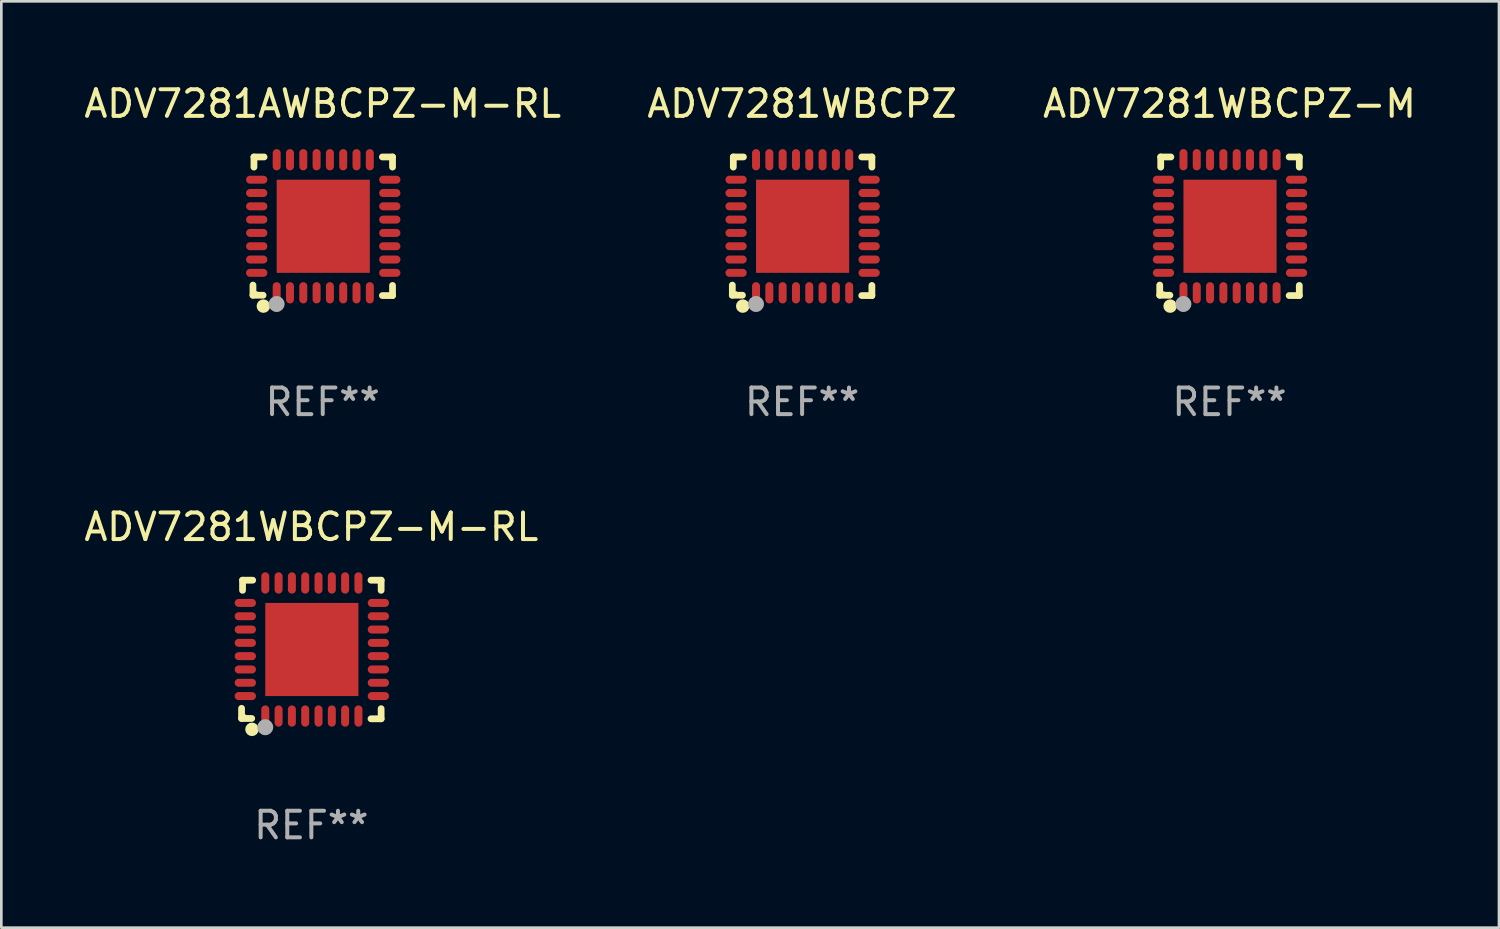
<source format=kicad_pcb>
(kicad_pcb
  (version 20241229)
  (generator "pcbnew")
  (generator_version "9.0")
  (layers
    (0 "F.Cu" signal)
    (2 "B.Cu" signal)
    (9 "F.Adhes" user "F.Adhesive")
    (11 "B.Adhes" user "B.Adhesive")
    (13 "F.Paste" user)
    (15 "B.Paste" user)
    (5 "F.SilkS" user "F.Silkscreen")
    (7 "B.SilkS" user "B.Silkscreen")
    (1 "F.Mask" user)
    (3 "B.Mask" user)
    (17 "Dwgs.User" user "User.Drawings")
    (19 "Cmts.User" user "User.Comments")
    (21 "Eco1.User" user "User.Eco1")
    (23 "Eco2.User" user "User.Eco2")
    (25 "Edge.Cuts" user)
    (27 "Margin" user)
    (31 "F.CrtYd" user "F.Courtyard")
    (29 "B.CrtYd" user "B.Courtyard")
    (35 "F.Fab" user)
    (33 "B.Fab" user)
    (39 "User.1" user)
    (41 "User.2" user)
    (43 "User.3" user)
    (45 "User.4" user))
  (footprint "ADV7281WBCPZ-M"
    (layer "F.Cu")
    (at 43.149 5.452)
    (property "Reference" "ADV7281WBCPZ-M" (at 0 -4.604 0) (layer "F.SilkS") (effects (font (size 1 1) (thickness 0.15))))
    (attr through_hole)
    (fp_line (start -2.622 2.21) (end -2.622 2.591) (stroke (width 0.254) (type solid)) (layer "F.SilkS"))
    (fp_line (start -2.622 2.591) (end -2.241 2.591) (stroke (width 0.254) (type solid)) (layer "F.SilkS"))
    (fp_line (start -2.585 -2.604) (end -2.585 -2.223) (stroke (width 0.254) (type solid)) (layer "F.SilkS"))
    (fp_line (start -2.204 -2.604) (end -2.585 -2.604) (stroke (width 0.254) (type solid)) (layer "F.SilkS"))
    (fp_line (start 2.241 2.604) (end 2.622 2.604) (stroke (width 0.254) (type solid)) (layer "F.SilkS"))
    (fp_line (start 2.622 -2.604) (end 2.241 -2.604) (stroke (width 0.254) (type solid)) (layer "F.SilkS"))
    (fp_line (start 2.622 -2.223) (end 2.622 -2.604) (stroke (width 0.254) (type solid)) (layer "F.SilkS"))
    (fp_line (start 2.622 2.604) (end 2.622 2.223) (stroke (width 0.254) (type solid)) (layer "F.SilkS"))
    (fp_circle (center -2.481 2.5) (end -2.451 2.5) (stroke (width 0.06) (type solid)) (fill no) (layer "F.SilkS"))
    (fp_circle (center -2.231 3) (end -2.104 3) (stroke (width 0.254) (type solid)) (fill no) (layer "F.SilkS"))
    (fp_circle (center -1.733 2.921) (end -1.583 2.921) (stroke (width 0.3) (type solid)) (fill no) (layer "F.Fab"))
    (fp_text user "REF**" (at 0 6.604 0) (layer "F.Fab") (effects (font (size 1 1) (thickness 0.15))))
    (pad "1" smd oval (at -1.731 2.5 90) (size 0.8 0.3) (layers "F.Cu" "F.Mask" "F.Paste"))
    (pad "2" smd oval (at -1.231 2.5 90) (size 0.8 0.3) (layers "F.Cu" "F.Mask" "F.Paste"))
    (pad "3" smd oval (at -0.731 2.5 90) (size 0.8 0.3) (layers "F.Cu" "F.Mask" "F.Paste"))
    (pad "4" smd oval (at -0.231 2.5 90) (size 0.8 0.3) (layers "F.Cu" "F.Mask" "F.Paste"))
    (pad "5" smd oval (at 0.269 2.5 90) (size 0.8 0.3) (layers "F.Cu" "F.Mask" "F.Paste"))
    (pad "6" smd oval (at 0.769 2.5 90) (size 0.8 0.3) (layers "F.Cu" "F.Mask" "F.Paste"))
    (pad "7" smd oval (at 1.269 2.5 90) (size 0.8 0.3) (layers "F.Cu" "F.Mask" "F.Paste"))
    (pad "8" smd oval (at 1.769 2.5 90) (size 0.8 0.3) (layers "F.Cu" "F.Mask" "F.Paste"))
    (pad "9" smd oval (at 2.519 1.75 180) (size 0.8 0.3) (layers "F.Cu" "F.Mask" "F.Paste"))
    (pad "10" smd oval (at 2.519 1.25 180) (size 0.8 0.3) (layers "F.Cu" "F.Mask" "F.Paste"))
    (pad "11" smd oval (at 2.519 0.75 180) (size 0.8 0.3) (layers "F.Cu" "F.Mask" "F.Paste"))
    (pad "12" smd oval (at 2.519 0.25 180) (size 0.8 0.3) (layers "F.Cu" "F.Mask" "F.Paste"))
    (pad "13" smd oval (at 2.519 -0.25 180) (size 0.8 0.3) (layers "F.Cu" "F.Mask" "F.Paste"))
    (pad "14" smd oval (at 2.519 -0.75 180) (size 0.8 0.3) (layers "F.Cu" "F.Mask" "F.Paste"))
    (pad "15" smd oval (at 2.519 -1.25 180) (size 0.8 0.3) (layers "F.Cu" "F.Mask" "F.Paste"))
    (pad "16" smd oval (at 2.519 -1.75 180) (size 0.8 0.3) (layers "F.Cu" "F.Mask" "F.Paste"))
    (pad "17" smd oval (at 1.769 -2.5 270) (size 0.8 0.3) (layers "F.Cu" "F.Mask" "F.Paste"))
    (pad "18" smd oval (at 1.269 -2.5 270) (size 0.8 0.3) (layers "F.Cu" "F.Mask" "F.Paste"))
    (pad "19" smd oval (at 0.769 -2.5 270) (size 0.8 0.3) (layers "F.Cu" "F.Mask" "F.Paste"))
    (pad "20" smd oval (at 0.269 -2.5 270) (size 0.8 0.3) (layers "F.Cu" "F.Mask" "F.Paste"))
    (pad "21" smd oval (at -0.231 -2.5 270) (size 0.8 0.3) (layers "F.Cu" "F.Mask" "F.Paste"))
    (pad "22" smd oval (at -0.731 -2.5 270) (size 0.8 0.3) (layers "F.Cu" "F.Mask" "F.Paste"))
    (pad "23" smd oval (at -1.231 -2.5 270) (size 0.8 0.3) (layers "F.Cu" "F.Mask" "F.Paste"))
    (pad "24" smd oval (at -1.731 -2.5 270) (size 0.8 0.3) (layers "F.Cu" "F.Mask" "F.Paste"))
    (pad "25" smd oval (at -2.481 -1.75) (size 0.8 0.3) (layers "F.Cu" "F.Mask" "F.Paste"))
    (pad "26" smd oval (at -2.481 -1.25) (size 0.8 0.3) (layers "F.Cu" "F.Mask" "F.Paste"))
    (pad "27" smd oval (at -2.481 -0.75) (size 0.8 0.3) (layers "F.Cu" "F.Mask" "F.Paste"))
    (pad "28" smd oval (at -2.481 -0.25) (size 0.8 0.3) (layers "F.Cu" "F.Mask" "F.Paste"))
    (pad "29" smd oval (at -2.481 0.25) (size 0.8 0.3) (layers "F.Cu" "F.Mask" "F.Paste"))
    (pad "30" smd oval (at -2.481 0.75) (size 0.8 0.3) (layers "F.Cu" "F.Mask" "F.Paste"))
    (pad "31" smd oval (at -2.481 1.25) (size 0.8 0.3) (layers "F.Cu" "F.Mask" "F.Paste"))
    (pad "32" smd oval (at -2.481 1.75) (size 0.8 0.3) (layers "F.Cu" "F.Mask" "F.Paste"))
    (pad "33" smd rect (at 0.019 -0.000025 90) (size 3.5 3.5) (layers "F.Cu" "F.Mask" "F.Paste")))
  (footprint "ADV7281WBCPZ-M-RL"
    (layer "F.Cu")
    (at 8.649 21.355)
    (property "Reference" "ADV7281WBCPZ-M-RL" (at 0 -4.604 0) (layer "F.SilkS") (effects (font (size 1 1) (thickness 0.15))))
    (attr through_hole)
    (fp_line (start -2.622 2.21) (end -2.622 2.591) (stroke (width 0.254) (type solid)) (layer "F.SilkS"))
    (fp_line (start -2.622 2.591) (end -2.241 2.591) (stroke (width 0.254) (type solid)) (layer "F.SilkS"))
    (fp_line (start -2.585 -2.604) (end -2.585 -2.223) (stroke (width 0.254) (type solid)) (layer "F.SilkS"))
    (fp_line (start -2.204 -2.604) (end -2.585 -2.604) (stroke (width 0.254) (type solid)) (layer "F.SilkS"))
    (fp_line (start 2.241 2.604) (end 2.622 2.604) (stroke (width 0.254) (type solid)) (layer "F.SilkS"))
    (fp_line (start 2.622 -2.604) (end 2.241 -2.604) (stroke (width 0.254) (type solid)) (layer "F.SilkS"))
    (fp_line (start 2.622 -2.223) (end 2.622 -2.604) (stroke (width 0.254) (type solid)) (layer "F.SilkS"))
    (fp_line (start 2.622 2.604) (end 2.622 2.223) (stroke (width 0.254) (type solid)) (layer "F.SilkS"))
    (fp_circle (center -2.481 2.5) (end -2.451 2.5) (stroke (width 0.06) (type solid)) (fill no) (layer "F.SilkS"))
    (fp_circle (center -2.231 3) (end -2.104 3) (stroke (width 0.254) (type solid)) (fill no) (layer "F.SilkS"))
    (fp_circle (center -1.733 2.921) (end -1.583 2.921) (stroke (width 0.3) (type solid)) (fill no) (layer "F.Fab"))
    (fp_text user "REF**" (at 0 6.604 0) (layer "F.Fab") (effects (font (size 1 1) (thickness 0.15))))
    (pad "1" smd oval (at -1.731 2.5 90) (size 0.8 0.3) (layers "F.Cu" "F.Mask" "F.Paste"))
    (pad "2" smd oval (at -1.231 2.5 90) (size 0.8 0.3) (layers "F.Cu" "F.Mask" "F.Paste"))
    (pad "3" smd oval (at -0.731 2.5 90) (size 0.8 0.3) (layers "F.Cu" "F.Mask" "F.Paste"))
    (pad "4" smd oval (at -0.231 2.5 90) (size 0.8 0.3) (layers "F.Cu" "F.Mask" "F.Paste"))
    (pad "5" smd oval (at 0.269 2.5 90) (size 0.8 0.3) (layers "F.Cu" "F.Mask" "F.Paste"))
    (pad "6" smd oval (at 0.769 2.5 90) (size 0.8 0.3) (layers "F.Cu" "F.Mask" "F.Paste"))
    (pad "7" smd oval (at 1.269 2.5 90) (size 0.8 0.3) (layers "F.Cu" "F.Mask" "F.Paste"))
    (pad "8" smd oval (at 1.769 2.5 90) (size 0.8 0.3) (layers "F.Cu" "F.Mask" "F.Paste"))
    (pad "9" smd oval (at 2.519 1.75 180) (size 0.8 0.3) (layers "F.Cu" "F.Mask" "F.Paste"))
    (pad "10" smd oval (at 2.519 1.25 180) (size 0.8 0.3) (layers "F.Cu" "F.Mask" "F.Paste"))
    (pad "11" smd oval (at 2.519 0.75 180) (size 0.8 0.3) (layers "F.Cu" "F.Mask" "F.Paste"))
    (pad "12" smd oval (at 2.519 0.25 180) (size 0.8 0.3) (layers "F.Cu" "F.Mask" "F.Paste"))
    (pad "13" smd oval (at 2.519 -0.25 180) (size 0.8 0.3) (layers "F.Cu" "F.Mask" "F.Paste"))
    (pad "14" smd oval (at 2.519 -0.75 180) (size 0.8 0.3) (layers "F.Cu" "F.Mask" "F.Paste"))
    (pad "15" smd oval (at 2.519 -1.25 180) (size 0.8 0.3) (layers "F.Cu" "F.Mask" "F.Paste"))
    (pad "16" smd oval (at 2.519 -1.75 180) (size 0.8 0.3) (layers "F.Cu" "F.Mask" "F.Paste"))
    (pad "17" smd oval (at 1.769 -2.5 270) (size 0.8 0.3) (layers "F.Cu" "F.Mask" "F.Paste"))
    (pad "18" smd oval (at 1.269 -2.5 270) (size 0.8 0.3) (layers "F.Cu" "F.Mask" "F.Paste"))
    (pad "19" smd oval (at 0.769 -2.5 270) (size 0.8 0.3) (layers "F.Cu" "F.Mask" "F.Paste"))
    (pad "20" smd oval (at 0.269 -2.5 270) (size 0.8 0.3) (layers "F.Cu" "F.Mask" "F.Paste"))
    (pad "21" smd oval (at -0.231 -2.5 270) (size 0.8 0.3) (layers "F.Cu" "F.Mask" "F.Paste"))
    (pad "22" smd oval (at -0.731 -2.5 270) (size 0.8 0.3) (layers "F.Cu" "F.Mask" "F.Paste"))
    (pad "23" smd oval (at -1.231 -2.5 270) (size 0.8 0.3) (layers "F.Cu" "F.Mask" "F.Paste"))
    (pad "24" smd oval (at -1.731 -2.5 270) (size 0.8 0.3) (layers "F.Cu" "F.Mask" "F.Paste"))
    (pad "25" smd oval (at -2.481 -1.75) (size 0.8 0.3) (layers "F.Cu" "F.Mask" "F.Paste"))
    (pad "26" smd oval (at -2.481 -1.25) (size 0.8 0.3) (layers "F.Cu" "F.Mask" "F.Paste"))
    (pad "27" smd oval (at -2.481 -0.75) (size 0.8 0.3) (layers "F.Cu" "F.Mask" "F.Paste"))
    (pad "28" smd oval (at -2.481 -0.25) (size 0.8 0.3) (layers "F.Cu" "F.Mask" "F.Paste"))
    (pad "29" smd oval (at -2.481 0.25) (size 0.8 0.3) (layers "F.Cu" "F.Mask" "F.Paste"))
    (pad "30" smd oval (at -2.481 0.75) (size 0.8 0.3) (layers "F.Cu" "F.Mask" "F.Paste"))
    (pad "31" smd oval (at -2.481 1.25) (size 0.8 0.3) (layers "F.Cu" "F.Mask" "F.Paste"))
    (pad "32" smd oval (at -2.481 1.75) (size 0.8 0.3) (layers "F.Cu" "F.Mask" "F.Paste"))
    (pad "33" smd rect (at 0.019 -0.000025 90) (size 3.5 3.5) (layers "F.Cu" "F.Mask" "F.Paste")))
  (footprint "ADV7281WBCPZ"
    (layer "F.Cu")
    (at 27.089 5.452)
    (property "Reference" "ADV7281WBCPZ" (at 0 -4.604 0) (layer "F.SilkS") (effects (font (size 1 1) (thickness 0.15))))
    (attr through_hole)
    (fp_line (start -2.622 2.21) (end -2.622 2.591) (stroke (width 0.254) (type solid)) (layer "F.SilkS"))
    (fp_line (start -2.622 2.591) (end -2.241 2.591) (stroke (width 0.254) (type solid)) (layer "F.SilkS"))
    (fp_line (start -2.585 -2.604) (end -2.585 -2.223) (stroke (width 0.254) (type solid)) (layer "F.SilkS"))
    (fp_line (start -2.204 -2.604) (end -2.585 -2.604) (stroke (width 0.254) (type solid)) (layer "F.SilkS"))
    (fp_line (start 2.241 2.604) (end 2.622 2.604) (stroke (width 0.254) (type solid)) (layer "F.SilkS"))
    (fp_line (start 2.622 -2.604) (end 2.241 -2.604) (stroke (width 0.254) (type solid)) (layer "F.SilkS"))
    (fp_line (start 2.622 -2.223) (end 2.622 -2.604) (stroke (width 0.254) (type solid)) (layer "F.SilkS"))
    (fp_line (start 2.622 2.604) (end 2.622 2.223) (stroke (width 0.254) (type solid)) (layer "F.SilkS"))
    (fp_circle (center -2.481 2.5) (end -2.451 2.5) (stroke (width 0.06) (type solid)) (fill no) (layer "F.SilkS"))
    (fp_circle (center -2.231 3) (end -2.104 3) (stroke (width 0.254) (type solid)) (fill no) (layer "F.SilkS"))
    (fp_circle (center -1.733 2.921) (end -1.583 2.921) (stroke (width 0.3) (type solid)) (fill no) (layer "F.Fab"))
    (fp_text user "REF**" (at 0 6.604 0) (layer "F.Fab") (effects (font (size 1 1) (thickness 0.15))))
    (pad "1" smd oval (at -1.731 2.5 90) (size 0.8 0.3) (layers "F.Cu" "F.Mask" "F.Paste"))
    (pad "2" smd oval (at -1.231 2.5 90) (size 0.8 0.3) (layers "F.Cu" "F.Mask" "F.Paste"))
    (pad "3" smd oval (at -0.731 2.5 90) (size 0.8 0.3) (layers "F.Cu" "F.Mask" "F.Paste"))
    (pad "4" smd oval (at -0.231 2.5 90) (size 0.8 0.3) (layers "F.Cu" "F.Mask" "F.Paste"))
    (pad "5" smd oval (at 0.269 2.5 90) (size 0.8 0.3) (layers "F.Cu" "F.Mask" "F.Paste"))
    (pad "6" smd oval (at 0.769 2.5 90) (size 0.8 0.3) (layers "F.Cu" "F.Mask" "F.Paste"))
    (pad "7" smd oval (at 1.269 2.5 90) (size 0.8 0.3) (layers "F.Cu" "F.Mask" "F.Paste"))
    (pad "8" smd oval (at 1.769 2.5 90) (size 0.8 0.3) (layers "F.Cu" "F.Mask" "F.Paste"))
    (pad "9" smd oval (at 2.519 1.75 180) (size 0.8 0.3) (layers "F.Cu" "F.Mask" "F.Paste"))
    (pad "10" smd oval (at 2.519 1.25 180) (size 0.8 0.3) (layers "F.Cu" "F.Mask" "F.Paste"))
    (pad "11" smd oval (at 2.519 0.75 180) (size 0.8 0.3) (layers "F.Cu" "F.Mask" "F.Paste"))
    (pad "12" smd oval (at 2.519 0.25 180) (size 0.8 0.3) (layers "F.Cu" "F.Mask" "F.Paste"))
    (pad "13" smd oval (at 2.519 -0.25 180) (size 0.8 0.3) (layers "F.Cu" "F.Mask" "F.Paste"))
    (pad "14" smd oval (at 2.519 -0.75 180) (size 0.8 0.3) (layers "F.Cu" "F.Mask" "F.Paste"))
    (pad "15" smd oval (at 2.519 -1.25 180) (size 0.8 0.3) (layers "F.Cu" "F.Mask" "F.Paste"))
    (pad "16" smd oval (at 2.519 -1.75 180) (size 0.8 0.3) (layers "F.Cu" "F.Mask" "F.Paste"))
    (pad "17" smd oval (at 1.769 -2.5 270) (size 0.8 0.3) (layers "F.Cu" "F.Mask" "F.Paste"))
    (pad "18" smd oval (at 1.269 -2.5 270) (size 0.8 0.3) (layers "F.Cu" "F.Mask" "F.Paste"))
    (pad "19" smd oval (at 0.769 -2.5 270) (size 0.8 0.3) (layers "F.Cu" "F.Mask" "F.Paste"))
    (pad "20" smd oval (at 0.269 -2.5 270) (size 0.8 0.3) (layers "F.Cu" "F.Mask" "F.Paste"))
    (pad "21" smd oval (at -0.231 -2.5 270) (size 0.8 0.3) (layers "F.Cu" "F.Mask" "F.Paste"))
    (pad "22" smd oval (at -0.731 -2.5 270) (size 0.8 0.3) (layers "F.Cu" "F.Mask" "F.Paste"))
    (pad "23" smd oval (at -1.231 -2.5 270) (size 0.8 0.3) (layers "F.Cu" "F.Mask" "F.Paste"))
    (pad "24" smd oval (at -1.731 -2.5 270) (size 0.8 0.3) (layers "F.Cu" "F.Mask" "F.Paste"))
    (pad "25" smd oval (at -2.481 -1.75) (size 0.8 0.3) (layers "F.Cu" "F.Mask" "F.Paste"))
    (pad "26" smd oval (at -2.481 -1.25) (size 0.8 0.3) (layers "F.Cu" "F.Mask" "F.Paste"))
    (pad "27" smd oval (at -2.481 -0.75) (size 0.8 0.3) (layers "F.Cu" "F.Mask" "F.Paste"))
    (pad "28" smd oval (at -2.481 -0.25) (size 0.8 0.3) (layers "F.Cu" "F.Mask" "F.Paste"))
    (pad "29" smd oval (at -2.481 0.25) (size 0.8 0.3) (layers "F.Cu" "F.Mask" "F.Paste"))
    (pad "30" smd oval (at -2.481 0.75) (size 0.8 0.3) (layers "F.Cu" "F.Mask" "F.Paste"))
    (pad "31" smd oval (at -2.481 1.25) (size 0.8 0.3) (layers "F.Cu" "F.Mask" "F.Paste"))
    (pad "32" smd oval (at -2.481 1.75) (size 0.8 0.3) (layers "F.Cu" "F.Mask" "F.Paste"))
    (pad "33" smd rect (at 0.019 -0.000025 90) (size 3.5 3.5) (layers "F.Cu" "F.Mask" "F.Paste")))
  (footprint "ADV7281AWBCPZ-M-RL"
    (layer "F.Cu")
    (at 9.077 5.452)
    (property "Reference" "ADV7281AWBCPZ-M-RL" (at 0 -4.604 0) (layer "F.SilkS") (effects (font (size 1 1) (thickness 0.15))))
    (attr through_hole)
    (fp_line (start -2.622 2.21) (end -2.622 2.591) (stroke (width 0.254) (type solid)) (layer "F.SilkS"))
    (fp_line (start -2.622 2.591) (end -2.241 2.591) (stroke (width 0.254) (type solid)) (layer "F.SilkS"))
    (fp_line (start -2.585 -2.604) (end -2.585 -2.223) (stroke (width 0.254) (type solid)) (layer "F.SilkS"))
    (fp_line (start -2.204 -2.604) (end -2.585 -2.604) (stroke (width 0.254) (type solid)) (layer "F.SilkS"))
    (fp_line (start 2.241 2.604) (end 2.622 2.604) (stroke (width 0.254) (type solid)) (layer "F.SilkS"))
    (fp_line (start 2.622 -2.604) (end 2.241 -2.604) (stroke (width 0.254) (type solid)) (layer "F.SilkS"))
    (fp_line (start 2.622 -2.223) (end 2.622 -2.604) (stroke (width 0.254) (type solid)) (layer "F.SilkS"))
    (fp_line (start 2.622 2.604) (end 2.622 2.223) (stroke (width 0.254) (type solid)) (layer "F.SilkS"))
    (fp_circle (center -2.481 2.5) (end -2.451 2.5) (stroke (width 0.06) (type solid)) (fill no) (layer "F.SilkS"))
    (fp_circle (center -2.231 3) (end -2.104 3) (stroke (width 0.254) (type solid)) (fill no) (layer "F.SilkS"))
    (fp_circle (center -1.733 2.921) (end -1.583 2.921) (stroke (width 0.3) (type solid)) (fill no) (layer "F.Fab"))
    (fp_text user "REF**" (at 0 6.604 0) (layer "F.Fab") (effects (font (size 1 1) (thickness 0.15))))
    (pad "1" smd oval (at -1.731 2.5 90) (size 0.8 0.3) (layers "F.Cu" "F.Mask" "F.Paste"))
    (pad "2" smd oval (at -1.231 2.5 90) (size 0.8 0.3) (layers "F.Cu" "F.Mask" "F.Paste"))
    (pad "3" smd oval (at -0.731 2.5 90) (size 0.8 0.3) (layers "F.Cu" "F.Mask" "F.Paste"))
    (pad "4" smd oval (at -0.231 2.5 90) (size 0.8 0.3) (layers "F.Cu" "F.Mask" "F.Paste"))
    (pad "5" smd oval (at 0.269 2.5 90) (size 0.8 0.3) (layers "F.Cu" "F.Mask" "F.Paste"))
    (pad "6" smd oval (at 0.769 2.5 90) (size 0.8 0.3) (layers "F.Cu" "F.Mask" "F.Paste"))
    (pad "7" smd oval (at 1.269 2.5 90) (size 0.8 0.3) (layers "F.Cu" "F.Mask" "F.Paste"))
    (pad "8" smd oval (at 1.769 2.5 90) (size 0.8 0.3) (layers "F.Cu" "F.Mask" "F.Paste"))
    (pad "9" smd oval (at 2.519 1.75 180) (size 0.8 0.3) (layers "F.Cu" "F.Mask" "F.Paste"))
    (pad "10" smd oval (at 2.519 1.25 180) (size 0.8 0.3) (layers "F.Cu" "F.Mask" "F.Paste"))
    (pad "11" smd oval (at 2.519 0.75 180) (size 0.8 0.3) (layers "F.Cu" "F.Mask" "F.Paste"))
    (pad "12" smd oval (at 2.519 0.25 180) (size 0.8 0.3) (layers "F.Cu" "F.Mask" "F.Paste"))
    (pad "13" smd oval (at 2.519 -0.25 180) (size 0.8 0.3) (layers "F.Cu" "F.Mask" "F.Paste"))
    (pad "14" smd oval (at 2.519 -0.75 180) (size 0.8 0.3) (layers "F.Cu" "F.Mask" "F.Paste"))
    (pad "15" smd oval (at 2.519 -1.25 180) (size 0.8 0.3) (layers "F.Cu" "F.Mask" "F.Paste"))
    (pad "16" smd oval (at 2.519 -1.75 180) (size 0.8 0.3) (layers "F.Cu" "F.Mask" "F.Paste"))
    (pad "17" smd oval (at 1.769 -2.5 270) (size 0.8 0.3) (layers "F.Cu" "F.Mask" "F.Paste"))
    (pad "18" smd oval (at 1.269 -2.5 270) (size 0.8 0.3) (layers "F.Cu" "F.Mask" "F.Paste"))
    (pad "19" smd oval (at 0.769 -2.5 270) (size 0.8 0.3) (layers "F.Cu" "F.Mask" "F.Paste"))
    (pad "20" smd oval (at 0.269 -2.5 270) (size 0.8 0.3) (layers "F.Cu" "F.Mask" "F.Paste"))
    (pad "21" smd oval (at -0.231 -2.5 270) (size 0.8 0.3) (layers "F.Cu" "F.Mask" "F.Paste"))
    (pad "22" smd oval (at -0.731 -2.5 270) (size 0.8 0.3) (layers "F.Cu" "F.Mask" "F.Paste"))
    (pad "23" smd oval (at -1.231 -2.5 270) (size 0.8 0.3) (layers "F.Cu" "F.Mask" "F.Paste"))
    (pad "24" smd oval (at -1.731 -2.5 270) (size 0.8 0.3) (layers "F.Cu" "F.Mask" "F.Paste"))
    (pad "25" smd oval (at -2.481 -1.75) (size 0.8 0.3) (layers "F.Cu" "F.Mask" "F.Paste"))
    (pad "26" smd oval (at -2.481 -1.25) (size 0.8 0.3) (layers "F.Cu" "F.Mask" "F.Paste"))
    (pad "27" smd oval (at -2.481 -0.75) (size 0.8 0.3) (layers "F.Cu" "F.Mask" "F.Paste"))
    (pad "28" smd oval (at -2.481 -0.25) (size 0.8 0.3) (layers "F.Cu" "F.Mask" "F.Paste"))
    (pad "29" smd oval (at -2.481 0.25) (size 0.8 0.3) (layers "F.Cu" "F.Mask" "F.Paste"))
    (pad "30" smd oval (at -2.481 0.75) (size 0.8 0.3) (layers "F.Cu" "F.Mask" "F.Paste"))
    (pad "31" smd oval (at -2.481 1.25) (size 0.8 0.3) (layers "F.Cu" "F.Mask" "F.Paste"))
    (pad "32" smd oval (at -2.481 1.75) (size 0.8 0.3) (layers "F.Cu" "F.Mask" "F.Paste"))
    (pad "33" smd rect (at 0.019 -0.000025 90) (size 3.5 3.5) (layers "F.Cu" "F.Mask" "F.Paste")))
  (gr_rect
    (start -3 -3)
    (end 53.274 31.807)
    (stroke (width 0.1) (type default))
    (fill no)
    (layer "Edge.Cuts")))
</source>
